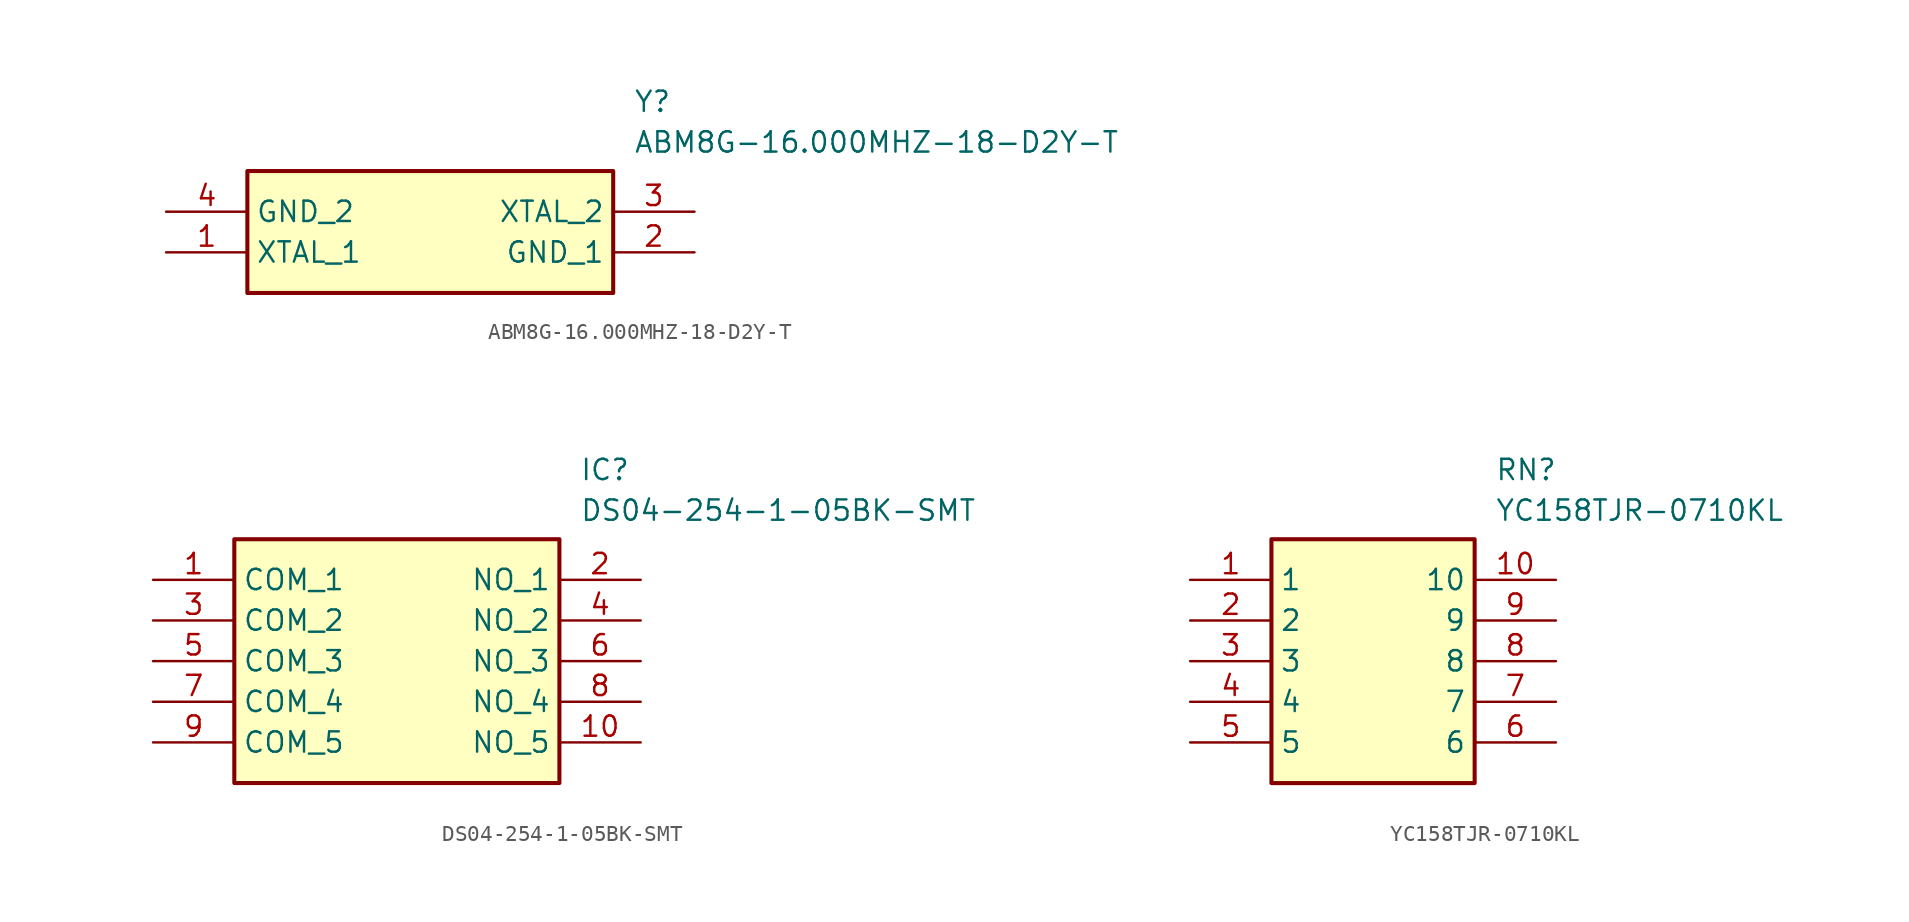
<source format=kicad_sym>
(kicad_symbol_lib
  (version 20231120)
  (generator "kicad_symbol_editor")
  (generator_version "8.0")
  (symbol "ABM8G-16.000MHZ-18-D2Y-T"
    (property "Reference" "Y"
      (at 29.21 7.62 0)
      (effects (font (size 1.27 1.27)) (justify left top)))
    (property "Value" "ABM8G-16.000MHZ-18-D2Y-T"
      (at 29.21 5.08 0)
      (effects (font (size 1.27 1.27)) (justify left top)))
    (symbol "ABM8G-16.000MHZ-18-D2Y-T_1_1"
      (rectangle (start 5.08 2.54) (end 27.94 -5.08) (stroke (width 0.254) (type default)) (fill (type background)))
      (pin passive line (at 0 -2.54 0) (length 5.08) (name "XTAL_1" (effects (font (size 1.27 1.27)))) (number "1" (effects (font (size 1.27 1.27)))))
      (pin passive line (at 33.02 -2.54 180) (length 5.08) (name "GND_1" (effects (font (size 1.27 1.27)))) (number "2" (effects (font (size 1.27 1.27)))))
      (pin passive line (at 33.02 0 180) (length 5.08) (name "XTAL_2" (effects (font (size 1.27 1.27)))) (number "3" (effects (font (size 1.27 1.27)))))
      (pin passive line (at 0 0 0) (length 5.08) (name "GND_2" (effects (font (size 1.27 1.27)))) (number "4" (effects (font (size 1.27 1.27)))))))
  (symbol "DS04-254-1-05BK-SMT"
    (property "Reference" "IC"
      (at 26.67 7.62 0)
      (effects (font (size 1.27 1.27)) (justify left top)))
    (property "Value" "DS04-254-1-05BK-SMT"
      (at 26.67 5.08 0)
      (effects (font (size 1.27 1.27)) (justify left top)))
    (symbol "DS04-254-1-05BK-SMT_1_1"
      (rectangle (start 5.08 2.54) (end 25.4 -12.7) (stroke (width 0.254) (type default)) (fill (type background)))
      (pin passive line (at 0 0 0) (length 5.08) (name "COM_1" (effects (font (size 1.27 1.27)))) (number "1" (effects (font (size 1.27 1.27)))))
      (pin passive line (at 30.48 -10.16 180) (length 5.08) (name "NO_5" (effects (font (size 1.27 1.27)))) (number "10" (effects (font (size 1.27 1.27)))))
      (pin passive line (at 30.48 0 180) (length 5.08) (name "NO_1" (effects (font (size 1.27 1.27)))) (number "2" (effects (font (size 1.27 1.27)))))
      (pin passive line (at 0 -2.54 0) (length 5.08) (name "COM_2" (effects (font (size 1.27 1.27)))) (number "3" (effects (font (size 1.27 1.27)))))
      (pin passive line (at 30.48 -2.54 180) (length 5.08) (name "NO_2" (effects (font (size 1.27 1.27)))) (number "4" (effects (font (size 1.27 1.27)))))
      (pin passive line (at 0 -5.08 0) (length 5.08) (name "COM_3" (effects (font (size 1.27 1.27)))) (number "5" (effects (font (size 1.27 1.27)))))
      (pin passive line (at 30.48 -5.08 180) (length 5.08) (name "NO_3" (effects (font (size 1.27 1.27)))) (number "6" (effects (font (size 1.27 1.27)))))
      (pin passive line (at 0 -7.62 0) (length 5.08) (name "COM_4" (effects (font (size 1.27 1.27)))) (number "7" (effects (font (size 1.27 1.27)))))
      (pin passive line (at 30.48 -7.62 180) (length 5.08) (name "NO_4" (effects (font (size 1.27 1.27)))) (number "8" (effects (font (size 1.27 1.27)))))
      (pin passive line (at 0 -10.16 0) (length 5.08) (name "COM_5" (effects (font (size 1.27 1.27)))) (number "9" (effects (font (size 1.27 1.27)))))))
  (symbol "YC158TJR-0710KL"
    (property "Reference" "RN"
      (at 19.05 7.62 0)
      (effects (font (size 1.27 1.27)) (justify left top)))
    (property "Value" "YC158TJR-0710KL"
      (at 19.05 5.08 0)
      (effects (font (size 1.27 1.27)) (justify left top)))
    (symbol "YC158TJR-0710KL_1_1"
      (rectangle (start 5.08 2.54) (end 17.78 -12.7) (stroke (width 0.254) (type default)) (fill (type background)))
      (pin passive line (at 0 0 0) (length 5.08) (name "1" (effects (font (size 1.27 1.27)))) (number "1" (effects (font (size 1.27 1.27)))))
      (pin passive line (at 22.86 0 180) (length 5.08) (name "10" (effects (font (size 1.27 1.27)))) (number "10" (effects (font (size 1.27 1.27)))))
      (pin passive line (at 0 -2.54 0) (length 5.08) (name "2" (effects (font (size 1.27 1.27)))) (number "2" (effects (font (size 1.27 1.27)))))
      (pin passive line (at 0 -5.08 0) (length 5.08) (name "3" (effects (font (size 1.27 1.27)))) (number "3" (effects (font (size 1.27 1.27)))))
      (pin passive line (at 0 -7.62 0) (length 5.08) (name "4" (effects (font (size 1.27 1.27)))) (number "4" (effects (font (size 1.27 1.27)))))
      (pin passive line (at 0 -10.16 0) (length 5.08) (name "5" (effects (font (size 1.27 1.27)))) (number "5" (effects (font (size 1.27 1.27)))))
      (pin passive line (at 22.86 -10.16 180) (length 5.08) (name "6" (effects (font (size 1.27 1.27)))) (number "6" (effects (font (size 1.27 1.27)))))
      (pin passive line (at 22.86 -7.62 180) (length 5.08) (name "7" (effects (font (size 1.27 1.27)))) (number "7" (effects (font (size 1.27 1.27)))))
      (pin passive line (at 22.86 -5.08 180) (length 5.08) (name "8" (effects (font (size 1.27 1.27)))) (number "8" (effects (font (size 1.27 1.27)))))
      (pin passive line (at 22.86 -2.54 180) (length 5.08) (name "9" (effects (font (size 1.27 1.27)))) (number "9" (effects (font (size 1.27 1.27))))))))
</source>
